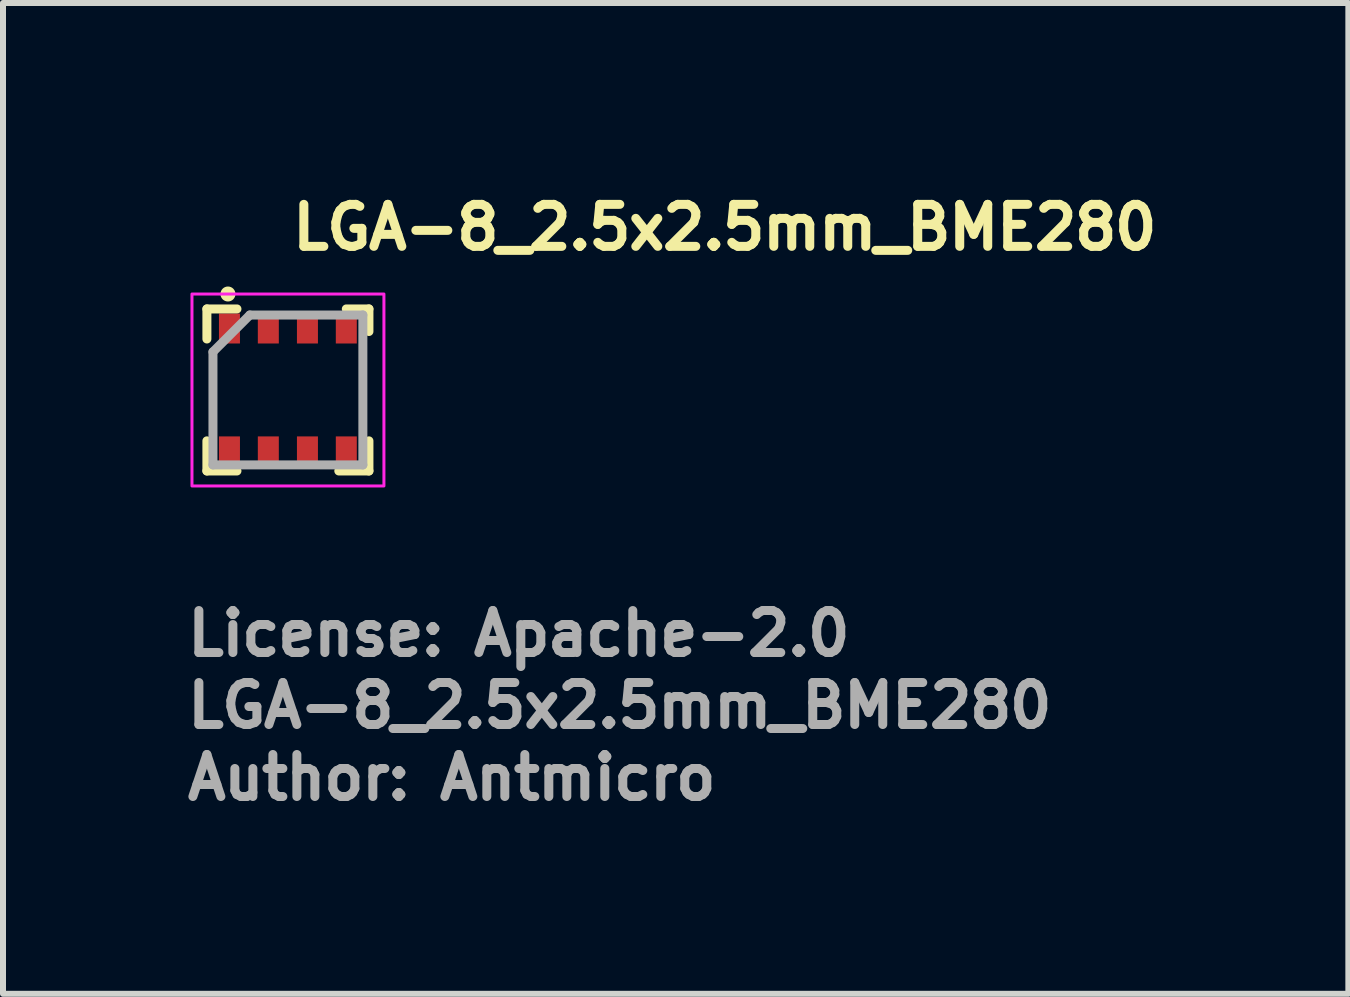
<source format=kicad_pcb>
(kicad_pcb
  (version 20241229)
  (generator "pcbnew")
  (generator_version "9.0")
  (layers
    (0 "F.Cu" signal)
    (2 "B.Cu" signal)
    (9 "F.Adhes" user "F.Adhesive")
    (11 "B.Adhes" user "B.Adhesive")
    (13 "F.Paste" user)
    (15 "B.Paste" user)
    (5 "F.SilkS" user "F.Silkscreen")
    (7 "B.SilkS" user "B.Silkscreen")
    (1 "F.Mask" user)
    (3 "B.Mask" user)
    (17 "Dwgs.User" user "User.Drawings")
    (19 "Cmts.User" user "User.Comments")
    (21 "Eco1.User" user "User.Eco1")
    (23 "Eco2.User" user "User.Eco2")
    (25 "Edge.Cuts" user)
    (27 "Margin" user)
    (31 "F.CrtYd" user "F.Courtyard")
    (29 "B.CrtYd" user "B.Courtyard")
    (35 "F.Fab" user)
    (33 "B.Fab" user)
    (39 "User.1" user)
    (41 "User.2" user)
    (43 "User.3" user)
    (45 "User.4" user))
  (footprint "LGA-8_2.5x2.5mm_BME280"
    (layer "F.Cu")
    (at 1.75 3.451)
    (property "Reference" "LGA-8_2.5x2.5mm_BME280" (at 0 -2.301 0) (layer "F.SilkS") (effects (font (size 0.7 0.7) (thickness 0.15)) (justify left bottom)))
    (attr smd)
    (fp_line (start -1.351 -1.351) (end -1.351 -0.85) (stroke (width 0.15) (type solid)) (layer "F.SilkS"))
    (fp_line (start -1.351 -1.351) (end -0.85 -1.351) (stroke (width 0.15) (type solid)) (layer "F.SilkS"))
    (fp_line (start -1.351 1.35) (end -1.351 0.848) (stroke (width 0.15) (type solid)) (layer "F.SilkS"))
    (fp_line (start -1.351 1.35) (end -0.85 1.35) (stroke (width 0.15) (type solid)) (layer "F.SilkS"))
    (fp_line (start 1.35 -1.351) (end 0.973 -1.351) (stroke (width 0.15) (type solid)) (layer "F.SilkS"))
    (fp_line (start 1.35 -1.351) (end 1.35 -0.975) (stroke (width 0.15) (type solid)) (layer "F.SilkS"))
    (fp_line (start 1.35 1.35) (end 0.848 1.35) (stroke (width 0.15) (type solid)) (layer "F.SilkS"))
    (fp_line (start 1.35 1.35) (end 1.35 0.848) (stroke (width 0.15) (type solid)) (layer "F.SilkS"))
    (fp_circle (center -1 -1.6) (end -0.95 -1.6) (stroke (width 0.15) (type solid)) (fill yes) (layer "F.SilkS"))
    (fp_rect (start -1.6 -1.6) (end 1.6 1.6) (stroke (width 0.05) (type solid)) (fill no) (layer "F.CrtYd"))
    (fp_line (start -1.25 1.249) (end -1.25 -0.635) (stroke (width 0.15) (type solid)) (layer "F.Fab"))
    (fp_line (start -0.635 -1.25) (end -1.25 -0.635) (stroke (width 0.15) (type solid)) (layer "F.Fab"))
    (fp_line (start -0.635 -1.25) (end 1.249 -1.25) (stroke (width 0.15) (type solid)) (layer "F.Fab"))
    (fp_line (start 1.249 -1.25) (end 1.249 1.249) (stroke (width 0.15) (type solid)) (layer "F.Fab"))
    (fp_line (start 1.249 1.249) (end -1.25 1.249) (stroke (width 0.15) (type solid)) (layer "F.Fab"))
    (fp_rect (start -1.25 -1.25) (end 1.249 1.249) (stroke (width 0.1) (type solid)) (fill no) (layer "User.5"))
    (fp_line (start -1.25 -1.25) (end -1.25 1.249) (stroke (width 0.02) (type solid)) (layer "User.9"))
    (fp_line (start -1.25 1.249) (end 1.249 1.249) (stroke (width 0.02) (type solid)) (layer "User.9"))
    (fp_line (start -1.151 -1.043) (end -1.151 -1.037) (stroke (width 0.02) (type solid)) (layer "User.9"))
    (fp_line (start -1.151 -1.037) (end -1.151 -1.031) (stroke (width 0.02) (type solid)) (layer "User.9"))
    (fp_line (start -1.151 -1.031) (end -1.151 -0.802) (stroke (width 0.02) (type solid)) (layer "User.9"))
    (fp_line (start -1.151 -0.802) (end -1.151 0.8) (stroke (width 0.02) (type solid)) (layer "User.9"))
    (fp_line (start -1.151 0.8) (end -1.151 1.03) (stroke (width 0.02) (type solid)) (layer "User.9"))
    (fp_line (start -1.151 1.03) (end -1.151 1.034) (stroke (width 0.02) (type solid)) (layer "User.9"))
    (fp_line (start -1.151 1.034) (end -1.151 1.04) (stroke (width 0.02) (type solid)) (layer "User.9"))
    (fp_line (start -1.151 1.04) (end -1.149 1.046) (stroke (width 0.02) (type solid)) (layer "User.9"))
    (fp_line (start -1.149 -1.055) (end -1.149 -1.049) (stroke (width 0.02) (type solid)) (layer "User.9"))
    (fp_line (start -1.149 -1.049) (end -1.151 -1.043) (stroke (width 0.02) (type solid)) (layer "User.9"))
    (fp_line (start -1.149 1.046) (end -1.149 1.052) (stroke (width 0.02) (type solid)) (layer "User.9"))
    (fp_line (start -1.149 1.052) (end -1.147 1.058) (stroke (width 0.02) (type solid)) (layer "User.9"))
    (fp_line (start -1.147 -1.061) (end -1.149 -1.055) (stroke (width 0.02) (type solid)) (layer "User.9"))
    (fp_line (start -1.147 1.058) (end -1.145 1.064) (stroke (width 0.02) (type solid)) (layer "User.9"))
    (fp_line (start -1.145 -1.065) (end -1.147 -1.061) (stroke (width 0.02) (type solid)) (layer "User.9"))
    (fp_line (start -1.145 1.064) (end -1.143 1.07) (stroke (width 0.02) (type solid)) (layer "User.9"))
    (fp_line (start -1.143 -1.071) (end -1.145 -1.065) (stroke (width 0.02) (type solid)) (layer "User.9"))
    (fp_line (start -1.143 1.07) (end -1.141 1.074) (stroke (width 0.02) (type solid)) (layer "User.9"))
    (fp_line (start -1.141 -1.077) (end -1.143 -1.071) (stroke (width 0.02) (type solid)) (layer "User.9"))
    (fp_line (start -1.141 1.074) (end -1.139 1.08) (stroke (width 0.02) (type solid)) (layer "User.9"))
    (fp_line (start -1.139 -1.083) (end -1.141 -1.077) (stroke (width 0.02) (type solid)) (layer "User.9"))
    (fp_line (start -1.139 1.08) (end -1.137 1.086) (stroke (width 0.02) (type solid)) (layer "User.9"))
    (fp_line (start -1.137 -1.087) (end -1.139 -1.083) (stroke (width 0.02) (type solid)) (layer "User.9"))
    (fp_line (start -1.137 1.086) (end -1.133 1.09) (stroke (width 0.02) (type solid)) (layer "User.9"))
    (fp_line (start -1.133 -1.093) (end -1.137 -1.087) (stroke (width 0.02) (type solid)) (layer "User.9"))
    (fp_line (start -1.133 1.09) (end -1.131 1.096) (stroke (width 0.02) (type solid)) (layer "User.9"))
    (fp_line (start -1.131 -1.097) (end -1.133 -1.093) (stroke (width 0.02) (type solid)) (layer "User.9"))
    (fp_line (start -1.131 1.096) (end -1.127 1.1) (stroke (width 0.02) (type solid)) (layer "User.9"))
    (fp_line (start -1.127 -1.103) (end -1.131 -1.097) (stroke (width 0.02) (type solid)) (layer "User.9"))
    (fp_line (start -1.127 1.1) (end -1.123 1.106) (stroke (width 0.02) (type solid)) (layer "User.9"))
    (fp_line (start -1.123 -1.107) (end -1.127 -1.103) (stroke (width 0.02) (type solid)) (layer "User.9"))
    (fp_line (start -1.123 1.106) (end -1.119 1.11) (stroke (width 0.02) (type solid)) (layer "User.9"))
    (fp_line (start -1.119 -1.111) (end -1.123 -1.107) (stroke (width 0.02) (type solid)) (layer "User.9"))
    (fp_line (start -1.119 1.11) (end -1.115 1.114) (stroke (width 0.02) (type solid)) (layer "User.9"))
    (fp_line (start -1.115 -1.115) (end -1.119 -1.111) (stroke (width 0.02) (type solid)) (layer "User.9"))
    (fp_line (start -1.115 -1.115) (end -1.115 -1.115) (stroke (width 0.02) (type solid)) (layer "User.9"))
    (fp_line (start -1.115 1.114) (end -1.115 1.114) (stroke (width 0.02) (type solid)) (layer "User.9"))
    (fp_line (start -1.115 1.114) (end -1.111 1.118) (stroke (width 0.02) (type solid)) (layer "User.9"))
    (fp_line (start -1.111 -1.119) (end -1.115 -1.115) (stroke (width 0.02) (type solid)) (layer "User.9"))
    (fp_line (start -1.111 1.118) (end -1.107 1.122) (stroke (width 0.02) (type solid)) (layer "User.9"))
    (fp_line (start -1.107 -1.123) (end -1.111 -1.119) (stroke (width 0.02) (type solid)) (layer "User.9"))
    (fp_line (start -1.107 1.122) (end -1.103 1.126) (stroke (width 0.02) (type solid)) (layer "User.9"))
    (fp_line (start -1.103 -1.127) (end -1.107 -1.123) (stroke (width 0.02) (type solid)) (layer "User.9"))
    (fp_line (start -1.103 1.126) (end -1.097 1.128) (stroke (width 0.02) (type solid)) (layer "User.9"))
    (fp_line (start -1.101 -0.816) (end -1.099 -0.831) (stroke (width 0.02) (type solid)) (layer "User.9"))
    (fp_line (start -1.101 -0.802) (end -1.101 -0.816) (stroke (width 0.02) (type solid)) (layer "User.9"))
    (fp_line (start -1.101 0.8) (end -1.101 -0.802) (stroke (width 0.02) (type solid)) (layer "User.9"))
    (fp_line (start -1.101 0.814) (end -1.101 0.8) (stroke (width 0.02) (type solid)) (layer "User.9"))
    (fp_line (start -1.099 -0.831) (end -1.097 -0.845) (stroke (width 0.02) (type solid)) (layer "User.9"))
    (fp_line (start -1.099 0.829) (end -1.101 0.814) (stroke (width 0.02) (type solid)) (layer "User.9"))
    (fp_line (start -1.097 -1.131) (end -1.103 -1.127) (stroke (width 0.02) (type solid)) (layer "User.9"))
    (fp_line (start -1.097 -0.845) (end -1.095 -0.859) (stroke (width 0.02) (type solid)) (layer "User.9"))
    (fp_line (start -1.097 0.843) (end -1.099 0.829) (stroke (width 0.02) (type solid)) (layer "User.9"))
    (fp_line (start -1.097 1.128) (end -1.093 1.132) (stroke (width 0.02) (type solid)) (layer "User.9"))
    (fp_line (start -1.095 -0.859) (end -1.091 -0.874) (stroke (width 0.02) (type solid)) (layer "User.9"))
    (fp_line (start -1.095 0.857) (end -1.097 0.843) (stroke (width 0.02) (type solid)) (layer "User.9"))
    (fp_line (start -1.093 -1.133) (end -1.097 -1.131) (stroke (width 0.02) (type solid)) (layer "User.9"))
    (fp_line (start -1.093 1.132) (end -1.087 1.134) (stroke (width 0.02) (type solid)) (layer "User.9"))
    (fp_line (start -1.091 -0.874) (end -1.089 -0.888) (stroke (width 0.02) (type solid)) (layer "User.9"))
    (fp_line (start -1.091 0.872) (end -1.095 0.857) (stroke (width 0.02) (type solid)) (layer "User.9"))
    (fp_line (start -1.089 -0.888) (end -1.083 -0.903) (stroke (width 0.02) (type solid)) (layer "User.9"))
    (fp_line (start -1.089 0.886) (end -1.091 0.872) (stroke (width 0.02) (type solid)) (layer "User.9"))
    (fp_line (start -1.087 -1.137) (end -1.093 -1.133) (stroke (width 0.02) (type solid)) (layer "User.9"))
    (fp_line (start -1.087 1.134) (end -1.083 1.138) (stroke (width 0.02) (type solid)) (layer "User.9"))
    (fp_line (start -1.083 -1.139) (end -1.087 -1.137) (stroke (width 0.02) (type solid)) (layer "User.9"))
    (fp_line (start -1.083 -0.903) (end -1.079 -0.916) (stroke (width 0.02) (type solid)) (layer "User.9"))
    (fp_line (start -1.083 0.901) (end -1.089 0.886) (stroke (width 0.02) (type solid)) (layer "User.9"))
    (fp_line (start -1.083 1.138) (end -1.077 1.14) (stroke (width 0.02) (type solid)) (layer "User.9"))
    (fp_line (start -1.079 -0.916) (end -1.073 -0.93) (stroke (width 0.02) (type solid)) (layer "User.9"))
    (fp_line (start -1.079 0.914) (end -1.083 0.901) (stroke (width 0.02) (type solid)) (layer "User.9"))
    (fp_line (start -1.077 -1.141) (end -1.083 -1.139) (stroke (width 0.02) (type solid)) (layer "User.9"))
    (fp_line (start -1.077 1.14) (end -1.071 1.142) (stroke (width 0.02) (type solid)) (layer "User.9"))
    (fp_line (start -1.073 -0.93) (end -1.065 -0.943) (stroke (width 0.02) (type solid)) (layer "User.9"))
    (fp_line (start -1.073 0.928) (end -1.079 0.914) (stroke (width 0.02) (type solid)) (layer "User.9"))
    (fp_line (start -1.071 -1.143) (end -1.077 -1.141) (stroke (width 0.02) (type solid)) (layer "User.9"))
    (fp_line (start -1.071 1.142) (end -1.065 1.144) (stroke (width 0.02) (type solid)) (layer "User.9"))
    (fp_line (start -1.065 -1.145) (end -1.071 -1.143) (stroke (width 0.02) (type solid)) (layer "User.9"))
    (fp_line (start -1.065 -0.943) (end -1.059 -0.956) (stroke (width 0.02) (type solid)) (layer "User.9"))
    (fp_line (start -1.065 0.941) (end -1.073 0.928) (stroke (width 0.02) (type solid)) (layer "User.9"))
    (fp_line (start -1.065 1.144) (end -1.061 1.146) (stroke (width 0.02) (type solid)) (layer "User.9"))
    (fp_line (start -1.061 -1.147) (end -1.065 -1.145) (stroke (width 0.02) (type solid)) (layer "User.9"))
    (fp_line (start -1.061 1.146) (end -1.055 1.146) (stroke (width 0.02) (type solid)) (layer "User.9"))
    (fp_line (start -1.059 -0.956) (end -1.051 -0.967) (stroke (width 0.02) (type solid)) (layer "User.9"))
    (fp_line (start -1.059 0.954) (end -1.065 0.941) (stroke (width 0.02) (type solid)) (layer "User.9"))
    (fp_line (start -1.055 -1.149) (end -1.061 -1.147) (stroke (width 0.02) (type solid)) (layer "User.9"))
    (fp_line (start -1.055 1.146) (end -1.049 1.148) (stroke (width 0.02) (type solid)) (layer "User.9"))
    (fp_line (start -1.051 -0.967) (end -1.043 -0.979) (stroke (width 0.02) (type solid)) (layer "User.9"))
    (fp_line (start -1.051 0.965) (end -1.059 0.954) (stroke (width 0.02) (type solid)) (layer "User.9"))
    (fp_line (start -1.049 -1.149) (end -1.055 -1.149) (stroke (width 0.02) (type solid)) (layer "User.9"))
    (fp_line (start -1.049 1.148) (end -1.043 1.148) (stroke (width 0.02) (type solid)) (layer "User.9"))
    (fp_line (start -1.043 -1.151) (end -1.049 -1.149) (stroke (width 0.02) (type solid)) (layer "User.9"))
    (fp_line (start -1.043 -0.979) (end -1.033 -0.991) (stroke (width 0.02) (type solid)) (layer "User.9"))
    (fp_line (start -1.043 0.977) (end -1.051 0.965) (stroke (width 0.02) (type solid)) (layer "User.9"))
    (fp_line (start -1.043 1.148) (end -1.037 1.148) (stroke (width 0.02) (type solid)) (layer "User.9"))
    (fp_line (start -1.037 -1.151) (end -1.043 -1.151) (stroke (width 0.02) (type solid)) (layer "User.9"))
    (fp_line (start -1.037 1.148) (end -1.031 1.148) (stroke (width 0.02) (type solid)) (layer "User.9"))
    (fp_line (start -1.033 -0.991) (end -1.024 -1.002) (stroke (width 0.02) (type solid)) (layer "User.9"))
    (fp_line (start -1.033 0.989) (end -1.043 0.977) (stroke (width 0.02) (type solid)) (layer "User.9"))
    (fp_line (start -1.031 -1.151) (end -1.037 -1.151) (stroke (width 0.02) (type solid)) (layer "User.9"))
    (fp_line (start -1.031 1.148) (end -0.802 1.148) (stroke (width 0.02) (type solid)) (layer "User.9"))
    (fp_line (start -1.024 -1.002) (end -1.014 -1.014) (stroke (width 0.02) (type solid)) (layer "User.9"))
    (fp_line (start -1.024 1.001) (end -1.033 0.989) (stroke (width 0.02) (type solid)) (layer "User.9"))
    (fp_line (start -1.014 -1.014) (end -1.014 -1.014) (stroke (width 0.02) (type solid)) (layer "User.9"))
    (fp_line (start -1.014 -1.014) (end -1.002 -1.024) (stroke (width 0.02) (type solid)) (layer "User.9"))
    (fp_line (start -1.014 1.011) (end -1.024 1.001) (stroke (width 0.02) (type solid)) (layer "User.9"))
    (fp_line (start -1.014 1.011) (end -1.014 1.011) (stroke (width 0.02) (type solid)) (layer "User.9"))
    (fp_line (start -1.002 -1.024) (end -0.991 -1.033) (stroke (width 0.02) (type solid)) (layer "User.9"))
    (fp_line (start -1.002 1.021) (end -1.014 1.011) (stroke (width 0.02) (type solid)) (layer "User.9"))
    (fp_line (start -0.991 -1.033) (end -0.979 -1.043) (stroke (width 0.02) (type solid)) (layer "User.9"))
    (fp_line (start -0.991 1.032) (end -1.002 1.021) (stroke (width 0.02) (type solid)) (layer "User.9"))
    (fp_line (start -0.979 -1.043) (end -0.967 -1.051) (stroke (width 0.02) (type solid)) (layer "User.9"))
    (fp_line (start -0.979 1.04) (end -0.991 1.032) (stroke (width 0.02) (type solid)) (layer "User.9"))
    (fp_line (start -0.967 -1.051) (end -0.956 -1.059) (stroke (width 0.02) (type solid)) (layer "User.9"))
    (fp_line (start -0.967 1.048) (end -0.979 1.04) (stroke (width 0.02) (type solid)) (layer "User.9"))
    (fp_line (start -0.956 -1.059) (end -0.943 -1.065) (stroke (width 0.02) (type solid)) (layer "User.9"))
    (fp_line (start -0.956 1.056) (end -0.967 1.048) (stroke (width 0.02) (type solid)) (layer "User.9"))
    (fp_line (start -0.943 -1.065) (end -0.93 -1.073) (stroke (width 0.02) (type solid)) (layer "User.9"))
    (fp_line (start -0.943 1.064) (end -0.956 1.056) (stroke (width 0.02) (type solid)) (layer "User.9"))
    (fp_line (start -0.93 -1.073) (end -0.916 -1.079) (stroke (width 0.02) (type solid)) (layer "User.9"))
    (fp_line (start -0.93 1.07) (end -0.943 1.064) (stroke (width 0.02) (type solid)) (layer "User.9"))
    (fp_line (start -0.916 -1.079) (end -0.903 -1.083) (stroke (width 0.02) (type solid)) (layer "User.9"))
    (fp_line (start -0.916 1.076) (end -0.93 1.07) (stroke (width 0.02) (type solid)) (layer "User.9"))
    (fp_line (start -0.903 -1.083) (end -0.888 -1.089) (stroke (width 0.02) (type solid)) (layer "User.9"))
    (fp_line (start -0.903 1.082) (end -0.916 1.076) (stroke (width 0.02) (type solid)) (layer "User.9"))
    (fp_line (start -0.888 -1.089) (end -0.874 -1.091) (stroke (width 0.02) (type solid)) (layer "User.9"))
    (fp_line (start -0.888 1.086) (end -0.903 1.082) (stroke (width 0.02) (type solid)) (layer "User.9"))
    (fp_line (start -0.874 -1.091) (end -0.859 -1.095) (stroke (width 0.02) (type solid)) (layer "User.9"))
    (fp_line (start -0.874 1.09) (end -0.888 1.086) (stroke (width 0.02) (type solid)) (layer "User.9"))
    (fp_line (start -0.859 -1.095) (end -0.845 -1.097) (stroke (width 0.02) (type solid)) (layer "User.9"))
    (fp_line (start -0.859 1.094) (end -0.874 1.09) (stroke (width 0.02) (type solid)) (layer "User.9"))
    (fp_line (start -0.845 -1.097) (end -0.831 -1.099) (stroke (width 0.02) (type solid)) (layer "User.9"))
    (fp_line (start -0.845 1.096) (end -0.859 1.094) (stroke (width 0.02) (type solid)) (layer "User.9"))
    (fp_line (start -0.831 -1.099) (end -0.816 -1.101) (stroke (width 0.02) (type solid)) (layer "User.9"))
    (fp_line (start -0.831 1.098) (end -0.845 1.096) (stroke (width 0.02) (type solid)) (layer "User.9"))
    (fp_line (start -0.816 -1.101) (end -0.802 -1.101) (stroke (width 0.02) (type solid)) (layer "User.9"))
    (fp_line (start -0.816 1.098) (end -0.831 1.098) (stroke (width 0.02) (type solid)) (layer "User.9"))
    (fp_line (start -0.802 -1.151) (end -1.031 -1.151) (stroke (width 0.02) (type solid)) (layer "User.9"))
    (fp_line (start -0.802 -1.101) (end 0.8 -1.101) (stroke (width 0.02) (type solid)) (layer "User.9"))
    (fp_line (start -0.802 1.1) (end -0.816 1.098) (stroke (width 0.02) (type solid)) (layer "User.9"))
    (fp_line (start -0.802 1.148) (end 0.8 1.148) (stroke (width 0.02) (type solid)) (layer "User.9"))
    (fp_line (start 0.474 -0.012) (end 0.475 -0.003) (stroke (width 0.02) (type solid)) (layer "User.9"))
    (fp_line (start 0.475 -0.022) (end 0.474 -0.012) (stroke (width 0.02) (type solid)) (layer "User.9"))
    (fp_line (start 0.475 -0.003) (end 0.476 0.007) (stroke (width 0.02) (type solid)) (layer "User.9"))
    (fp_line (start 0.476 -0.032) (end 0.475 -0.022) (stroke (width 0.02) (type solid)) (layer "User.9"))
    (fp_line (start 0.476 0.007) (end 0.477 0.016) (stroke (width 0.02) (type solid)) (layer "User.9"))
    (fp_line (start 0.477 -0.042) (end 0.476 -0.032) (stroke (width 0.02) (type solid)) (layer "User.9"))
    (fp_line (start 0.477 0.016) (end 0.479 0.026) (stroke (width 0.02) (type solid)) (layer "User.9"))
    (fp_line (start 0.479 -0.052) (end 0.477 -0.042) (stroke (width 0.02) (type solid)) (layer "User.9"))
    (fp_line (start 0.479 0.026) (end 0.481 0.035) (stroke (width 0.02) (type solid)) (layer "User.9"))
    (fp_line (start 0.481 -0.06) (end 0.479 -0.052) (stroke (width 0.02) (type solid)) (layer "User.9"))
    (fp_line (start 0.481 0.035) (end 0.485 0.044) (stroke (width 0.02) (type solid)) (layer "User.9"))
    (fp_line (start 0.485 -0.071) (end 0.481 -0.06) (stroke (width 0.02) (type solid)) (layer "User.9"))
    (fp_line (start 0.485 0.044) (end 0.489 0.053) (stroke (width 0.02) (type solid)) (layer "User.9"))
    (fp_line (start 0.489 -0.079) (end 0.485 -0.071) (stroke (width 0.02) (type solid)) (layer "User.9"))
    (fp_line (start 0.489 0.053) (end 0.494 0.061) (stroke (width 0.02) (type solid)) (layer "User.9"))
    (fp_line (start 0.494 -0.088) (end 0.489 -0.079) (stroke (width 0.02) (type solid)) (layer "User.9"))
    (fp_line (start 0.494 -0.088) (end 0.494 -0.088) (stroke (width 0.02) (type solid)) (layer "User.9"))
    (fp_line (start 0.494 0.061) (end 0.494 0.061) (stroke (width 0.02) (type solid)) (layer "User.9"))
    (fp_line (start 0.494 0.061) (end 0.496 0.067) (stroke (width 0.02) (type solid)) (layer "User.9"))
    (fp_line (start 0.496 0.067) (end 0.499 0.071) (stroke (width 0.02) (type solid)) (layer "User.9"))
    (fp_line (start 0.499 -0.096) (end 0.494 -0.088) (stroke (width 0.02) (type solid)) (layer "User.9"))
    (fp_line (start 0.499 0.071) (end 0.502 0.074) (stroke (width 0.02) (type solid)) (layer "User.9"))
    (fp_line (start 0.502 0.074) (end 0.505 0.078) (stroke (width 0.02) (type solid)) (layer "User.9"))
    (fp_line (start 0.505 -0.105) (end 0.499 -0.096) (stroke (width 0.02) (type solid)) (layer "User.9"))
    (fp_line (start 0.505 0.078) (end 0.508 0.083) (stroke (width 0.02) (type solid)) (layer "User.9"))
    (fp_line (start 0.508 0.083) (end 0.512 0.087) (stroke (width 0.02) (type solid)) (layer "User.9"))
    (fp_line (start 0.512 -0.112) (end 0.505 -0.105) (stroke (width 0.02) (type solid)) (layer "User.9"))
    (fp_line (start 0.512 0.087) (end 0.515 0.089) (stroke (width 0.02) (type solid)) (layer "User.9"))
    (fp_line (start 0.515 0.089) (end 0.519 0.093) (stroke (width 0.02) (type solid)) (layer "User.9"))
    (fp_line (start 0.519 -0.12) (end 0.512 -0.112) (stroke (width 0.02) (type solid)) (layer "User.9"))
    (fp_line (start 0.519 0.093) (end 0.522 0.097) (stroke (width 0.02) (type solid)) (layer "User.9"))
    (fp_line (start 0.522 0.097) (end 0.526 0.1) (stroke (width 0.02) (type solid)) (layer "User.9"))
    (fp_line (start 0.526 -0.125) (end 0.519 -0.12) (stroke (width 0.02) (type solid)) (layer "User.9"))
    (fp_line (start 0.526 0.1) (end 0.53 0.104) (stroke (width 0.02) (type solid)) (layer "User.9"))
    (fp_line (start 0.53 0.104) (end 0.533 0.106) (stroke (width 0.02) (type solid)) (layer "User.9"))
    (fp_line (start 0.533 -0.133) (end 0.526 -0.125) (stroke (width 0.02) (type solid)) (layer "User.9"))
    (fp_line (start 0.533 0.106) (end 0.537 0.109) (stroke (width 0.02) (type solid)) (layer "User.9"))
    (fp_line (start 0.537 0.109) (end 0.541 0.112) (stroke (width 0.02) (type solid)) (layer "User.9"))
    (fp_line (start 0.541 -0.138) (end 0.533 -0.133) (stroke (width 0.02) (type solid)) (layer "User.9"))
    (fp_line (start 0.541 0.112) (end 0.545 0.115) (stroke (width 0.02) (type solid)) (layer "User.9"))
    (fp_line (start 0.545 0.115) (end 0.55 0.117) (stroke (width 0.02) (type solid)) (layer "User.9"))
    (fp_line (start 0.55 -0.143) (end 0.541 -0.138) (stroke (width 0.02) (type solid)) (layer "User.9"))
    (fp_line (start 0.55 0.117) (end 0.554 0.119) (stroke (width 0.02) (type solid)) (layer "User.9"))
    (fp_line (start 0.554 0.119) (end 0.558 0.121) (stroke (width 0.02) (type solid)) (layer "User.9"))
    (fp_line (start 0.558 -0.147) (end 0.55 -0.143) (stroke (width 0.02) (type solid)) (layer "User.9"))
    (fp_line (start 0.558 0.121) (end 0.562 0.123) (stroke (width 0.02) (type solid)) (layer "User.9"))
    (fp_line (start 0.562 0.123) (end 0.567 0.125) (stroke (width 0.02) (type solid)) (layer "User.9"))
    (fp_line (start 0.567 -0.151) (end 0.558 -0.147) (stroke (width 0.02) (type solid)) (layer "User.9"))
    (fp_line (start 0.567 0.125) (end 0.571 0.128) (stroke (width 0.02) (type solid)) (layer "User.9"))
    (fp_line (start 0.571 0.128) (end 0.576 0.129) (stroke (width 0.02) (type solid)) (layer "User.9"))
    (fp_line (start 0.576 -0.154) (end 0.567 -0.151) (stroke (width 0.02) (type solid)) (layer "User.9"))
    (fp_line (start 0.576 0.129) (end 0.58 0.131) (stroke (width 0.02) (type solid)) (layer "User.9"))
    (fp_line (start 0.58 0.131) (end 0.584 0.132) (stroke (width 0.02) (type solid)) (layer "User.9"))
    (fp_line (start 0.584 -0.157) (end 0.576 -0.154) (stroke (width 0.02) (type solid)) (layer "User.9"))
    (fp_line (start 0.584 0.132) (end 0.589 0.134) (stroke (width 0.02) (type solid)) (layer "User.9"))
    (fp_line (start 0.589 0.134) (end 0.594 0.135) (stroke (width 0.02) (type solid)) (layer "User.9"))
    (fp_line (start 0.594 -0.16) (end 0.584 -0.157) (stroke (width 0.02) (type solid)) (layer "User.9"))
    (fp_line (start 0.594 0.135) (end 0.599 0.135) (stroke (width 0.02) (type solid)) (layer "User.9"))
    (fp_line (start 0.599 0.135) (end 0.604 0.136) (stroke (width 0.02) (type solid)) (layer "User.9"))
    (fp_line (start 0.604 -0.162) (end 0.594 -0.16) (stroke (width 0.02) (type solid)) (layer "User.9"))
    (fp_line (start 0.604 0.136) (end 0.609 0.137) (stroke (width 0.02) (type solid)) (layer "User.9"))
    (fp_line (start 0.609 0.137) (end 0.614 0.137) (stroke (width 0.02) (type solid)) (layer "User.9"))
    (fp_line (start 0.614 -0.163) (end 0.604 -0.162) (stroke (width 0.02) (type solid)) (layer "User.9"))
    (fp_line (start 0.614 0.137) (end 0.618 0.137) (stroke (width 0.02) (type solid)) (layer "User.9"))
    (fp_line (start 0.618 0.137) (end 0.623 0.138) (stroke (width 0.02) (type solid)) (layer "User.9"))
    (fp_line (start 0.623 -0.164) (end 0.614 -0.163) (stroke (width 0.02) (type solid)) (layer "User.9"))
    (fp_line (start 0.623 0.138) (end 0.633 0.137) (stroke (width 0.02) (type solid)) (layer "User.9"))
    (fp_line (start 0.629 -0.163) (end 0.623 -0.164) (stroke (width 0.02) (type solid)) (layer "User.9"))
    (fp_line (start 0.633 -0.163) (end 0.629 -0.163) (stroke (width 0.02) (type solid)) (layer "User.9"))
    (fp_line (start 0.633 0.137) (end 0.644 0.136) (stroke (width 0.02) (type solid)) (layer "User.9"))
    (fp_line (start 0.638 -0.163) (end 0.633 -0.163) (stroke (width 0.02) (type solid)) (layer "User.9"))
    (fp_line (start 0.644 -0.162) (end 0.638 -0.163) (stroke (width 0.02) (type solid)) (layer "User.9"))
    (fp_line (start 0.644 0.136) (end 0.654 0.135) (stroke (width 0.02) (type solid)) (layer "User.9"))
    (fp_line (start 0.649 -0.16) (end 0.644 -0.162) (stroke (width 0.02) (type solid)) (layer "User.9"))
    (fp_line (start 0.654 -0.16) (end 0.649 -0.16) (stroke (width 0.02) (type solid)) (layer "User.9"))
    (fp_line (start 0.654 0.135) (end 0.664 0.132) (stroke (width 0.02) (type solid)) (layer "User.9"))
    (fp_line (start 0.659 -0.159) (end 0.654 -0.16) (stroke (width 0.02) (type solid)) (layer "User.9"))
    (fp_line (start 0.664 -0.157) (end 0.659 -0.159) (stroke (width 0.02) (type solid)) (layer "User.9"))
    (fp_line (start 0.664 0.132) (end 0.673 0.129) (stroke (width 0.02) (type solid)) (layer "User.9"))
    (fp_line (start 0.668 -0.156) (end 0.664 -0.157) (stroke (width 0.02) (type solid)) (layer "User.9"))
    (fp_line (start 0.673 -0.154) (end 0.668 -0.156) (stroke (width 0.02) (type solid)) (layer "User.9"))
    (fp_line (start 0.673 0.129) (end 0.682 0.125) (stroke (width 0.02) (type solid)) (layer "User.9"))
    (fp_line (start 0.678 -0.153) (end 0.673 -0.154) (stroke (width 0.02) (type solid)) (layer "User.9"))
    (fp_line (start 0.682 -0.151) (end 0.678 -0.153) (stroke (width 0.02) (type solid)) (layer "User.9"))
    (fp_line (start 0.682 0.125) (end 0.691 0.121) (stroke (width 0.02) (type solid)) (layer "User.9"))
    (fp_line (start 0.687 -0.149) (end 0.682 -0.151) (stroke (width 0.02) (type solid)) (layer "User.9"))
    (fp_line (start 0.691 -0.147) (end 0.687 -0.149) (stroke (width 0.02) (type solid)) (layer "User.9"))
    (fp_line (start 0.691 0.121) (end 0.699 0.117) (stroke (width 0.02) (type solid)) (layer "User.9"))
    (fp_line (start 0.695 -0.145) (end 0.691 -0.147) (stroke (width 0.02) (type solid)) (layer "User.9"))
    (fp_line (start 0.699 -0.143) (end 0.695 -0.145) (stroke (width 0.02) (type solid)) (layer "User.9"))
    (fp_line (start 0.699 0.117) (end 0.707 0.112) (stroke (width 0.02) (type solid)) (layer "User.9"))
    (fp_line (start 0.703 -0.141) (end 0.699 -0.143) (stroke (width 0.02) (type solid)) (layer "User.9"))
    (fp_line (start 0.707 -0.138) (end 0.703 -0.141) (stroke (width 0.02) (type solid)) (layer "User.9"))
    (fp_line (start 0.707 0.112) (end 0.715 0.106) (stroke (width 0.02) (type solid)) (layer "User.9"))
    (fp_line (start 0.711 -0.136) (end 0.707 -0.138) (stroke (width 0.02) (type solid)) (layer "User.9"))
    (fp_line (start 0.715 -0.133) (end 0.711 -0.136) (stroke (width 0.02) (type solid)) (layer "User.9"))
    (fp_line (start 0.715 0.106) (end 0.722 0.1) (stroke (width 0.02) (type solid)) (layer "User.9"))
    (fp_line (start 0.718 -0.13) (end 0.715 -0.133) (stroke (width 0.02) (type solid)) (layer "User.9"))
    (fp_line (start 0.722 -0.125) (end 0.718 -0.13) (stroke (width 0.02) (type solid)) (layer "User.9"))
    (fp_line (start 0.722 0.1) (end 0.729 0.093) (stroke (width 0.02) (type solid)) (layer "User.9"))
    (fp_line (start 0.726 -0.122) (end 0.722 -0.125) (stroke (width 0.02) (type solid)) (layer "User.9"))
    (fp_line (start 0.729 -0.12) (end 0.726 -0.122) (stroke (width 0.02) (type solid)) (layer "User.9"))
    (fp_line (start 0.729 0.093) (end 0.736 0.087) (stroke (width 0.02) (type solid)) (layer "User.9"))
    (fp_line (start 0.733 -0.116) (end 0.729 -0.12) (stroke (width 0.02) (type solid)) (layer "User.9"))
    (fp_line (start 0.736 -0.112) (end 0.733 -0.116) (stroke (width 0.02) (type solid)) (layer "User.9"))
    (fp_line (start 0.736 0.087) (end 0.742 0.078) (stroke (width 0.02) (type solid)) (layer "User.9"))
    (fp_line (start 0.739 -0.108) (end 0.736 -0.112) (stroke (width 0.02) (type solid)) (layer "User.9"))
    (fp_line (start 0.742 -0.105) (end 0.739 -0.108) (stroke (width 0.02) (type solid)) (layer "User.9"))
    (fp_line (start 0.742 0.078) (end 0.748 0.071) (stroke (width 0.02) (type solid)) (layer "User.9"))
    (fp_line (start 0.745 -0.101) (end 0.742 -0.105) (stroke (width 0.02) (type solid)) (layer "User.9"))
    (fp_line (start 0.748 -0.096) (end 0.745 -0.101) (stroke (width 0.02) (type solid)) (layer "User.9"))
    (fp_line (start 0.748 0.071) (end 0.753 0.061) (stroke (width 0.02) (type solid)) (layer "User.9"))
    (fp_line (start 0.751 -0.092) (end 0.748 -0.096) (stroke (width 0.02) (type solid)) (layer "User.9"))
    (fp_line (start 0.753 -0.088) (end 0.751 -0.092) (stroke (width 0.02) (type solid)) (layer "User.9"))
    (fp_line (start 0.753 -0.088) (end 0.753 -0.088) (stroke (width 0.02) (type solid)) (layer "User.9"))
    (fp_line (start 0.753 0.061) (end 0.753 0.061) (stroke (width 0.02) (type solid)) (layer "User.9"))
    (fp_line (start 0.753 0.061) (end 0.758 0.053) (stroke (width 0.02) (type solid)) (layer "User.9"))
    (fp_line (start 0.758 -0.079) (end 0.753 -0.088) (stroke (width 0.02) (type solid)) (layer "User.9"))
    (fp_line (start 0.758 0.053) (end 0.762 0.044) (stroke (width 0.02) (type solid)) (layer "User.9"))
    (fp_line (start 0.762 -0.071) (end 0.758 -0.079) (stroke (width 0.02) (type solid)) (layer "User.9"))
    (fp_line (start 0.762 0.044) (end 0.766 0.035) (stroke (width 0.02) (type solid)) (layer "User.9"))
    (fp_line (start 0.766 -0.06) (end 0.762 -0.071) (stroke (width 0.02) (type solid)) (layer "User.9"))
    (fp_line (start 0.766 0.035) (end 0.769 0.026) (stroke (width 0.02) (type solid)) (layer "User.9"))
    (fp_line (start 0.769 -0.052) (end 0.766 -0.06) (stroke (width 0.02) (type solid)) (layer "User.9"))
    (fp_line (start 0.769 0.026) (end 0.772 0.016) (stroke (width 0.02) (type solid)) (layer "User.9"))
    (fp_line (start 0.772 -0.042) (end 0.769 -0.052) (stroke (width 0.02) (type solid)) (layer "User.9"))
    (fp_line (start 0.772 0.016) (end 0.773 0.007) (stroke (width 0.02) (type solid)) (layer "User.9"))
    (fp_line (start 0.773 -0.032) (end 0.772 -0.042) (stroke (width 0.02) (type solid)) (layer "User.9"))
    (fp_line (start 0.773 0.007) (end 0.774 -0.003) (stroke (width 0.02) (type solid)) (layer "User.9"))
    (fp_line (start 0.774 -0.022) (end 0.773 -0.032) (stroke (width 0.02) (type solid)) (layer "User.9"))
    (fp_line (start 0.774 -0.003) (end 0.775 -0.012) (stroke (width 0.02) (type solid)) (layer "User.9"))
    (fp_line (start 0.775 -0.012) (end 0.774 -0.022) (stroke (width 0.02) (type solid)) (layer "User.9"))
    (fp_line (start 0.8 -1.151) (end -0.802 -1.151) (stroke (width 0.02) (type solid)) (layer "User.9"))
    (fp_line (start 0.8 -1.101) (end 0.814 -1.101) (stroke (width 0.02) (type solid)) (layer "User.9"))
    (fp_line (start 0.8 1.1) (end -0.802 1.1) (stroke (width 0.02) (type solid)) (layer "User.9"))
    (fp_line (start 0.8 1.148) (end 1.03 1.148) (stroke (width 0.02) (type solid)) (layer "User.9"))
    (fp_line (start 0.814 -1.101) (end 0.829 -1.099) (stroke (width 0.02) (type solid)) (layer "User.9"))
    (fp_line (start 0.814 1.098) (end 0.8 1.1) (stroke (width 0.02) (type solid)) (layer "User.9"))
    (fp_line (start 0.829 -1.099) (end 0.843 -1.097) (stroke (width 0.02) (type solid)) (layer "User.9"))
    (fp_line (start 0.829 1.098) (end 0.814 1.098) (stroke (width 0.02) (type solid)) (layer "User.9"))
    (fp_line (start 0.843 -1.097) (end 0.857 -1.095) (stroke (width 0.02) (type solid)) (layer "User.9"))
    (fp_line (start 0.843 1.096) (end 0.829 1.098) (stroke (width 0.02) (type solid)) (layer "User.9"))
    (fp_line (start 0.857 -1.095) (end 0.872 -1.091) (stroke (width 0.02) (type solid)) (layer "User.9"))
    (fp_line (start 0.857 1.094) (end 0.843 1.096) (stroke (width 0.02) (type solid)) (layer "User.9"))
    (fp_line (start 0.872 -1.091) (end 0.886 -1.089) (stroke (width 0.02) (type solid)) (layer "User.9"))
    (fp_line (start 0.872 1.09) (end 0.857 1.094) (stroke (width 0.02) (type solid)) (layer "User.9"))
    (fp_line (start 0.886 -1.089) (end 0.901 -1.083) (stroke (width 0.02) (type solid)) (layer "User.9"))
    (fp_line (start 0.886 1.086) (end 0.872 1.09) (stroke (width 0.02) (type solid)) (layer "User.9"))
    (fp_line (start 0.901 -1.083) (end 0.914 -1.079) (stroke (width 0.02) (type solid)) (layer "User.9"))
    (fp_line (start 0.901 1.082) (end 0.886 1.086) (stroke (width 0.02) (type solid)) (layer "User.9"))
    (fp_line (start 0.914 -1.079) (end 0.928 -1.073) (stroke (width 0.02) (type solid)) (layer "User.9"))
    (fp_line (start 0.914 1.076) (end 0.901 1.082) (stroke (width 0.02) (type solid)) (layer "User.9"))
    (fp_line (start 0.928 -1.073) (end 0.941 -1.065) (stroke (width 0.02) (type solid)) (layer "User.9"))
    (fp_line (start 0.928 1.07) (end 0.914 1.076) (stroke (width 0.02) (type solid)) (layer "User.9"))
    (fp_line (start 0.941 -1.065) (end 0.954 -1.059) (stroke (width 0.02) (type solid)) (layer "User.9"))
    (fp_line (start 0.941 1.064) (end 0.928 1.07) (stroke (width 0.02) (type solid)) (layer "User.9"))
    (fp_line (start 0.954 -1.059) (end 0.965 -1.051) (stroke (width 0.02) (type solid)) (layer "User.9"))
    (fp_line (start 0.954 1.056) (end 0.941 1.064) (stroke (width 0.02) (type solid)) (layer "User.9"))
    (fp_line (start 0.965 -1.051) (end 0.977 -1.043) (stroke (width 0.02) (type solid)) (layer "User.9"))
    (fp_line (start 0.965 1.048) (end 0.954 1.056) (stroke (width 0.02) (type solid)) (layer "User.9"))
    (fp_line (start 0.977 -1.043) (end 0.989 -1.033) (stroke (width 0.02) (type solid)) (layer "User.9"))
    (fp_line (start 0.977 1.04) (end 0.965 1.048) (stroke (width 0.02) (type solid)) (layer "User.9"))
    (fp_line (start 0.989 -1.033) (end 1.001 -1.024) (stroke (width 0.02) (type solid)) (layer "User.9"))
    (fp_line (start 0.989 1.032) (end 0.977 1.04) (stroke (width 0.02) (type solid)) (layer "User.9"))
    (fp_line (start 1.001 -1.024) (end 1.011 -1.014) (stroke (width 0.02) (type solid)) (layer "User.9"))
    (fp_line (start 1.001 1.021) (end 0.989 1.032) (stroke (width 0.02) (type solid)) (layer "User.9"))
    (fp_line (start 1.011 -1.014) (end 1.011 -1.014) (stroke (width 0.02) (type solid)) (layer "User.9"))
    (fp_line (start 1.011 -1.014) (end 1.021 -1.002) (stroke (width 0.02) (type solid)) (layer "User.9"))
    (fp_line (start 1.011 1.011) (end 1.001 1.021) (stroke (width 0.02) (type solid)) (layer "User.9"))
    (fp_line (start 1.011 1.011) (end 1.011 1.011) (stroke (width 0.02) (type solid)) (layer "User.9"))
    (fp_line (start 1.021 -1.002) (end 1.032 -0.991) (stroke (width 0.02) (type solid)) (layer "User.9"))
    (fp_line (start 1.021 1.001) (end 1.011 1.011) (stroke (width 0.02) (type solid)) (layer "User.9"))
    (fp_line (start 1.03 -1.151) (end 0.8 -1.151) (stroke (width 0.02) (type solid)) (layer "User.9"))
    (fp_line (start 1.03 1.148) (end 1.034 1.148) (stroke (width 0.02) (type solid)) (layer "User.9"))
    (fp_line (start 1.032 -0.991) (end 1.04 -0.979) (stroke (width 0.02) (type solid)) (layer "User.9"))
    (fp_line (start 1.032 0.989) (end 1.021 1.001) (stroke (width 0.02) (type solid)) (layer "User.9"))
    (fp_line (start 1.034 -1.151) (end 1.03 -1.151) (stroke (width 0.02) (type solid)) (layer "User.9"))
    (fp_line (start 1.034 1.148) (end 1.04 1.148) (stroke (width 0.02) (type solid)) (layer "User.9"))
    (fp_line (start 1.04 -1.151) (end 1.034 -1.151) (stroke (width 0.02) (type solid)) (layer "User.9"))
    (fp_line (start 1.04 -0.979) (end 1.048 -0.967) (stroke (width 0.02) (type solid)) (layer "User.9"))
    (fp_line (start 1.04 0.977) (end 1.032 0.989) (stroke (width 0.02) (type solid)) (layer "User.9"))
    (fp_line (start 1.04 1.148) (end 1.046 1.148) (stroke (width 0.02) (type solid)) (layer "User.9"))
    (fp_line (start 1.046 -1.149) (end 1.04 -1.151) (stroke (width 0.02) (type solid)) (layer "User.9"))
    (fp_line (start 1.046 1.148) (end 1.052 1.146) (stroke (width 0.02) (type solid)) (layer "User.9"))
    (fp_line (start 1.048 -0.967) (end 1.056 -0.956) (stroke (width 0.02) (type solid)) (layer "User.9"))
    (fp_line (start 1.048 0.965) (end 1.04 0.977) (stroke (width 0.02) (type solid)) (layer "User.9"))
    (fp_line (start 1.052 -1.149) (end 1.046 -1.149) (stroke (width 0.02) (type solid)) (layer "User.9"))
    (fp_line (start 1.052 1.146) (end 1.058 1.146) (stroke (width 0.02) (type solid)) (layer "User.9"))
    (fp_line (start 1.056 -0.956) (end 1.064 -0.943) (stroke (width 0.02) (type solid)) (layer "User.9"))
    (fp_line (start 1.056 0.954) (end 1.048 0.965) (stroke (width 0.02) (type solid)) (layer "User.9"))
    (fp_line (start 1.058 -1.147) (end 1.052 -1.149) (stroke (width 0.02) (type solid)) (layer "User.9"))
    (fp_line (start 1.058 1.146) (end 1.064 1.144) (stroke (width 0.02) (type solid)) (layer "User.9"))
    (fp_line (start 1.064 -1.145) (end 1.058 -1.147) (stroke (width 0.02) (type solid)) (layer "User.9"))
    (fp_line (start 1.064 -0.943) (end 1.07 -0.93) (stroke (width 0.02) (type solid)) (layer "User.9"))
    (fp_line (start 1.064 0.941) (end 1.056 0.954) (stroke (width 0.02) (type solid)) (layer "User.9"))
    (fp_line (start 1.064 1.144) (end 1.07 1.142) (stroke (width 0.02) (type solid)) (layer "User.9"))
    (fp_line (start 1.07 -1.143) (end 1.064 -1.145) (stroke (width 0.02) (type solid)) (layer "User.9"))
    (fp_line (start 1.07 -0.93) (end 1.076 -0.916) (stroke (width 0.02) (type solid)) (layer "User.9"))
    (fp_line (start 1.07 0.928) (end 1.064 0.941) (stroke (width 0.02) (type solid)) (layer "User.9"))
    (fp_line (start 1.07 1.142) (end 1.074 1.14) (stroke (width 0.02) (type solid)) (layer "User.9"))
    (fp_line (start 1.074 -1.141) (end 1.07 -1.143) (stroke (width 0.02) (type solid)) (layer "User.9"))
    (fp_line (start 1.074 1.14) (end 1.08 1.138) (stroke (width 0.02) (type solid)) (layer "User.9"))
    (fp_line (start 1.076 -0.916) (end 1.082 -0.903) (stroke (width 0.02) (type solid)) (layer "User.9"))
    (fp_line (start 1.076 0.914) (end 1.07 0.928) (stroke (width 0.02) (type solid)) (layer "User.9"))
    (fp_line (start 1.08 -1.139) (end 1.074 -1.141) (stroke (width 0.02) (type solid)) (layer "User.9"))
    (fp_line (start 1.08 1.138) (end 1.086 1.134) (stroke (width 0.02) (type solid)) (layer "User.9"))
    (fp_line (start 1.082 -0.903) (end 1.086 -0.888) (stroke (width 0.02) (type solid)) (layer "User.9"))
    (fp_line (start 1.082 0.901) (end 1.076 0.914) (stroke (width 0.02) (type solid)) (layer "User.9"))
    (fp_line (start 1.086 -1.137) (end 1.08 -1.139) (stroke (width 0.02) (type solid)) (layer "User.9"))
    (fp_line (start 1.086 -0.888) (end 1.09 -0.874) (stroke (width 0.02) (type solid)) (layer "User.9"))
    (fp_line (start 1.086 0.886) (end 1.082 0.901) (stroke (width 0.02) (type solid)) (layer "User.9"))
    (fp_line (start 1.086 1.134) (end 1.09 1.132) (stroke (width 0.02) (type solid)) (layer "User.9"))
    (fp_line (start 1.09 -1.133) (end 1.086 -1.137) (stroke (width 0.02) (type solid)) (layer "User.9"))
    (fp_line (start 1.09 -0.874) (end 1.094 -0.859) (stroke (width 0.02) (type solid)) (layer "User.9"))
    (fp_line (start 1.09 0.872) (end 1.086 0.886) (stroke (width 0.02) (type solid)) (layer "User.9"))
    (fp_line (start 1.09 1.132) (end 1.096 1.128) (stroke (width 0.02) (type solid)) (layer "User.9"))
    (fp_line (start 1.094 -0.859) (end 1.096 -0.845) (stroke (width 0.02) (type solid)) (layer "User.9"))
    (fp_line (start 1.094 0.857) (end 1.09 0.872) (stroke (width 0.02) (type solid)) (layer "User.9"))
    (fp_line (start 1.096 -1.131) (end 1.09 -1.133) (stroke (width 0.02) (type solid)) (layer "User.9"))
    (fp_line (start 1.096 -0.845) (end 1.098 -0.831) (stroke (width 0.02) (type solid)) (layer "User.9"))
    (fp_line (start 1.096 0.843) (end 1.094 0.857) (stroke (width 0.02) (type solid)) (layer "User.9"))
    (fp_line (start 1.096 1.128) (end 1.1 1.126) (stroke (width 0.02) (type solid)) (layer "User.9"))
    (fp_line (start 1.098 -0.831) (end 1.098 -0.816) (stroke (width 0.02) (type solid)) (layer "User.9"))
    (fp_line (start 1.098 -0.816) (end 1.1 -0.802) (stroke (width 0.02) (type solid)) (layer "User.9"))
    (fp_line (start 1.098 0.814) (end 1.098 0.829) (stroke (width 0.02) (type solid)) (layer "User.9"))
    (fp_line (start 1.098 0.829) (end 1.096 0.843) (stroke (width 0.02) (type solid)) (layer "User.9"))
    (fp_line (start 1.1 -1.127) (end 1.096 -1.131) (stroke (width 0.02) (type solid)) (layer "User.9"))
    (fp_line (start 1.1 -0.802) (end 1.1 0.8) (stroke (width 0.02) (type solid)) (layer "User.9"))
    (fp_line (start 1.1 0.8) (end 1.098 0.814) (stroke (width 0.02) (type solid)) (layer "User.9"))
    (fp_line (start 1.1 1.126) (end 1.106 1.122) (stroke (width 0.02) (type solid)) (layer "User.9"))
    (fp_line (start 1.106 -1.123) (end 1.1 -1.127) (stroke (width 0.02) (type solid)) (layer "User.9"))
    (fp_line (start 1.106 1.122) (end 1.11 1.118) (stroke (width 0.02) (type solid)) (layer "User.9"))
    (fp_line (start 1.11 -1.119) (end 1.106 -1.123) (stroke (width 0.02) (type solid)) (layer "User.9"))
    (fp_line (start 1.11 1.118) (end 1.114 1.114) (stroke (width 0.02) (type solid)) (layer "User.9"))
    (fp_line (start 1.114 -1.115) (end 1.11 -1.119) (stroke (width 0.02) (type solid)) (layer "User.9"))
    (fp_line (start 1.114 -1.115) (end 1.114 -1.115) (stroke (width 0.02) (type solid)) (layer "User.9"))
    (fp_line (start 1.114 1.114) (end 1.114 1.114) (stroke (width 0.02) (type solid)) (layer "User.9"))
    (fp_line (start 1.114 1.114) (end 1.118 1.11) (stroke (width 0.02) (type solid)) (layer "User.9"))
    (fp_line (start 1.118 -1.111) (end 1.114 -1.115) (stroke (width 0.02) (type solid)) (layer "User.9"))
    (fp_line (start 1.118 1.11) (end 1.122 1.106) (stroke (width 0.02) (type solid)) (layer "User.9"))
    (fp_line (start 1.122 -1.107) (end 1.118 -1.111) (stroke (width 0.02) (type solid)) (layer "User.9"))
    (fp_line (start 1.122 1.106) (end 1.126 1.1) (stroke (width 0.02) (type solid)) (layer "User.9"))
    (fp_line (start 1.126 -1.103) (end 1.122 -1.107) (stroke (width 0.02) (type solid)) (layer "User.9"))
    (fp_line (start 1.126 1.1) (end 1.128 1.096) (stroke (width 0.02) (type solid)) (layer "User.9"))
    (fp_line (start 1.128 -1.097) (end 1.126 -1.103) (stroke (width 0.02) (type solid)) (layer "User.9"))
    (fp_line (start 1.128 1.096) (end 1.132 1.09) (stroke (width 0.02) (type solid)) (layer "User.9"))
    (fp_line (start 1.132 -1.093) (end 1.128 -1.097) (stroke (width 0.02) (type solid)) (layer "User.9"))
    (fp_line (start 1.132 1.09) (end 1.134 1.086) (stroke (width 0.02) (type solid)) (layer "User.9"))
    (fp_line (start 1.134 -1.087) (end 1.132 -1.093) (stroke (width 0.02) (type solid)) (layer "User.9"))
    (fp_line (start 1.134 1.086) (end 1.138 1.08) (stroke (width 0.02) (type solid)) (layer "User.9"))
    (fp_line (start 1.138 -1.083) (end 1.134 -1.087) (stroke (width 0.02) (type solid)) (layer "User.9"))
    (fp_line (start 1.138 1.08) (end 1.14 1.074) (stroke (width 0.02) (type solid)) (layer "User.9"))
    (fp_line (start 1.14 -1.077) (end 1.138 -1.083) (stroke (width 0.02) (type solid)) (layer "User.9"))
    (fp_line (start 1.14 1.074) (end 1.142 1.07) (stroke (width 0.02) (type solid)) (layer "User.9"))
    (fp_line (start 1.142 -1.071) (end 1.14 -1.077) (stroke (width 0.02) (type solid)) (layer "User.9"))
    (fp_line (start 1.142 1.07) (end 1.144 1.064) (stroke (width 0.02) (type solid)) (layer "User.9"))
    (fp_line (start 1.144 -1.065) (end 1.142 -1.071) (stroke (width 0.02) (type solid)) (layer "User.9"))
    (fp_line (start 1.144 1.064) (end 1.146 1.058) (stroke (width 0.02) (type solid)) (layer "User.9"))
    (fp_line (start 1.146 -1.061) (end 1.144 -1.065) (stroke (width 0.02) (type solid)) (layer "User.9"))
    (fp_line (start 1.146 -1.055) (end 1.146 -1.061) (stroke (width 0.02) (type solid)) (layer "User.9"))
    (fp_line (start 1.146 1.052) (end 1.148 1.046) (stroke (width 0.02) (type solid)) (layer "User.9"))
    (fp_line (start 1.146 1.058) (end 1.146 1.052) (stroke (width 0.02) (type solid)) (layer "User.9"))
    (fp_line (start 1.148 -1.049) (end 1.146 -1.055) (stroke (width 0.02) (type solid)) (layer "User.9"))
    (fp_line (start 1.148 -1.043) (end 1.148 -1.049) (stroke (width 0.02) (type solid)) (layer "User.9"))
    (fp_line (start 1.148 -1.037) (end 1.148 -1.043) (stroke (width 0.02) (type solid)) (layer "User.9"))
    (fp_line (start 1.148 -1.031) (end 1.148 -1.037) (stroke (width 0.02) (type solid)) (layer "User.9"))
    (fp_line (start 1.148 -0.802) (end 1.148 -1.031) (stroke (width 0.02) (type solid)) (layer "User.9"))
    (fp_line (start 1.148 0.8) (end 1.148 -0.802) (stroke (width 0.02) (type solid)) (layer "User.9"))
    (fp_line (start 1.148 1.03) (end 1.148 0.8) (stroke (width 0.02) (type solid)) (layer "User.9"))
    (fp_line (start 1.148 1.034) (end 1.148 1.03) (stroke (width 0.02) (type solid)) (layer "User.9"))
    (fp_line (start 1.148 1.04) (end 1.148 1.034) (stroke (width 0.02) (type solid)) (layer "User.9"))
    (fp_line (start 1.148 1.046) (end 1.148 1.04) (stroke (width 0.02) (type solid)) (layer "User.9"))
    (fp_line (start 1.249 -1.25) (end -1.25 -1.25) (stroke (width 0.02) (type solid)) (layer "User.9"))
    (fp_line (start 1.249 1.249) (end 1.249 -1.25) (stroke (width 0.02) (type solid)) (layer "User.9"))
    (fp_text user "License: Apache-2.0" (at -1.75 4.47 0) (layer "F.Fab") (effects (font (size 0.7 0.7) (thickness 0.15)) (justify left bottom)))
    (fp_text user "Author: Antmicro" (at -1.75 6.87 0) (layer "F.Fab") (effects (font (size 0.7 0.7) (thickness 0.15)) (justify left bottom)))
    (fp_text user "${REFERENCE}" (at -1.75 5.67 0) (layer "F.Fab") (effects (font (size 0.7 0.7) (thickness 0.15)) (justify left bottom)))
    (pad "1" smd rect (at -0.975 -1.025) (size 0.35 0.5) (layers "F.Cu" "F.Mask" "F.Paste"))
    (pad "2" smd rect (at -0.327 -1.025) (size 0.35 0.5) (layers "F.Cu" "F.Mask" "F.Paste"))
    (pad "3" smd rect (at 0.325 -1.025) (size 0.35 0.5) (layers "F.Cu" "F.Mask" "F.Paste"))
    (pad "4" smd rect (at 0.973 -1.025) (size 0.35 0.5) (layers "F.Cu" "F.Mask" "F.Paste"))
    (pad "5" smd rect (at 0.973 1.024) (size 0.35 0.5) (layers "F.Cu" "F.Mask" "F.Paste"))
    (pad "6" smd rect (at 0.325 1.024) (size 0.35 0.5) (layers "F.Cu" "F.Mask" "F.Paste"))
    (pad "7" smd rect (at -0.327 1.024) (size 0.35 0.5) (layers "F.Cu" "F.Mask" "F.Paste"))
    (pad "8" smd rect (at -0.975 1.024) (size 0.35 0.5) (layers "F.Cu" "F.Mask" "F.Paste")))
  (gr_rect
    (start -3 -3)
    (end 19.427 13.517)
    (stroke (width 0.1) (type default))
    (fill no)
    (layer "Edge.Cuts")))
</source>
